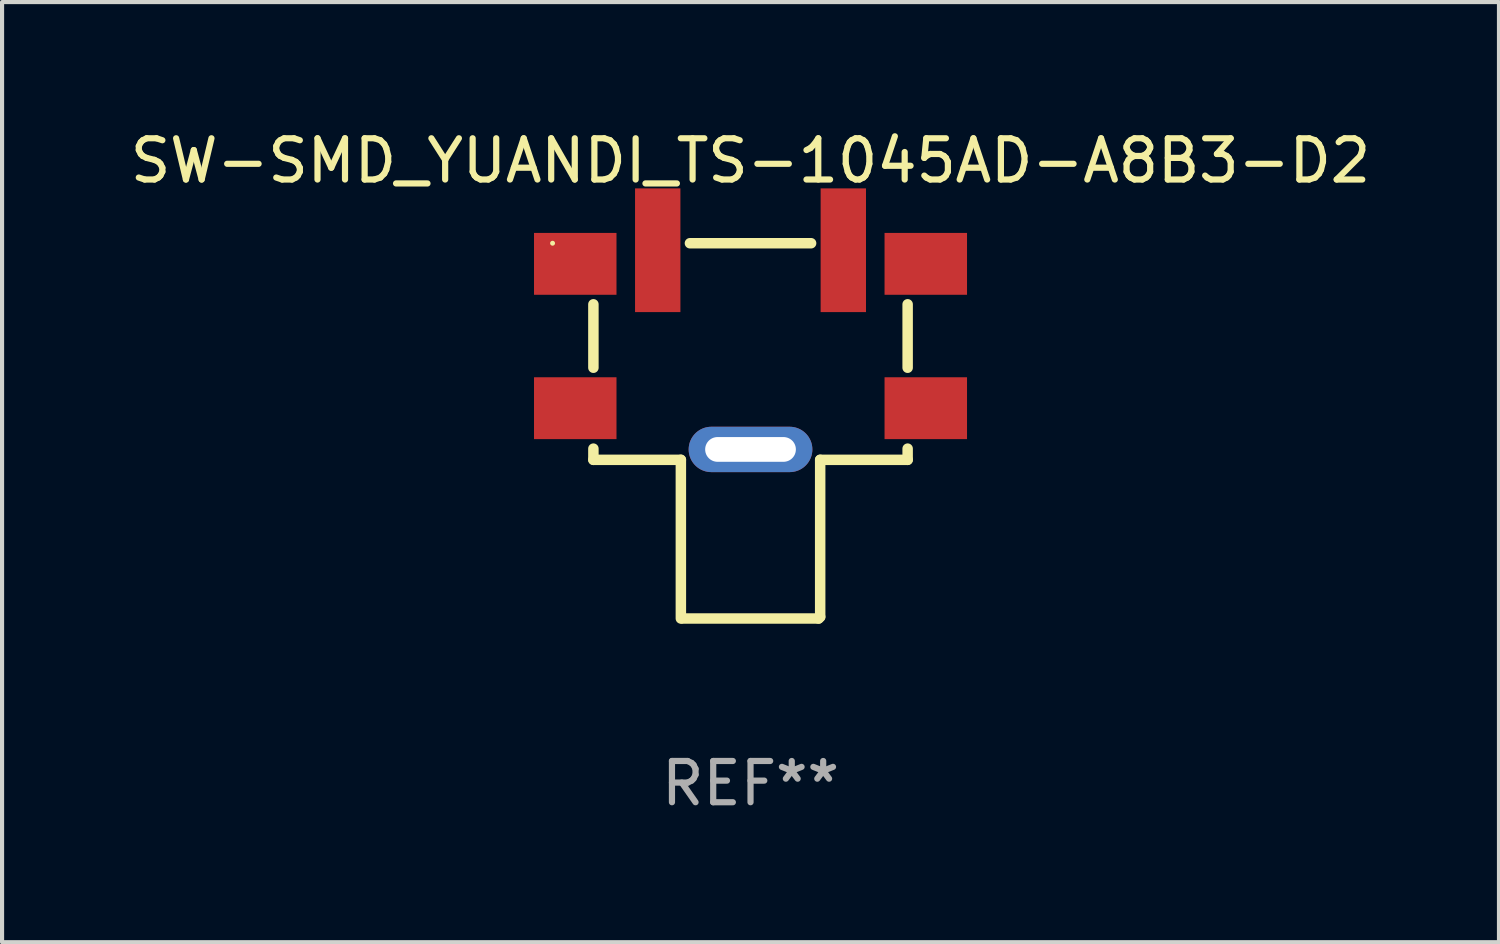
<source format=kicad_pcb>
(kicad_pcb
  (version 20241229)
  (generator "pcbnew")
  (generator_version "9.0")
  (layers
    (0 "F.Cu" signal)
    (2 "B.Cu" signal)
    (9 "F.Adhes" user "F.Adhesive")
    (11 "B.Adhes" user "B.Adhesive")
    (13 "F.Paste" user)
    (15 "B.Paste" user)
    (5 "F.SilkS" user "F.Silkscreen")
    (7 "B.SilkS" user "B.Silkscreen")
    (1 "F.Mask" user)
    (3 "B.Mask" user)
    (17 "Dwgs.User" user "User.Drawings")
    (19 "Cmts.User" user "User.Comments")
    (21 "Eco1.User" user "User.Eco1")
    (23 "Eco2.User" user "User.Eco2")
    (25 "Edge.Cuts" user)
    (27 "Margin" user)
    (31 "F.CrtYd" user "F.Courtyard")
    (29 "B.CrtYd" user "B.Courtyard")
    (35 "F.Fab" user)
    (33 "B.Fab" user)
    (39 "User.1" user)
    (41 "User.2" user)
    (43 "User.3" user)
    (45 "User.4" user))
  (footprint "SW-SMD_YUANDI_TS-1045AD-A8B3-D2"
    (layer "F.Cu")
    (at 15.149 5.433)
    (property "Reference" "SW-SMD_YUANDI_TS-1045AD-A8B3-D2" (at 0 -4.585 0) (layer "F.SilkS") (effects (font (size 1 1) (thickness 0.15))))
    (attr through_hole)
    (fp_line (start -3.81 0.434) (end -3.81 -1.104) (stroke (width 0.254) (type solid)) (layer "F.SilkS"))
    (fp_line (start -3.81 2.396) (end -3.81 2.667) (stroke (width 0.254) (type solid)) (layer "F.SilkS"))
    (fp_line (start -3.81 2.667) (end -1.689 2.667) (stroke (width 0.254) (type solid)) (layer "F.SilkS"))
    (fp_line (start -1.689 2.667) (end -1.689 6.515) (stroke (width 0.254) (type solid)) (layer "F.SilkS"))
    (fp_line (start -1.65 6.515) (end 1.65 6.515) (stroke (width 0.254) (type solid)) (layer "F.SilkS"))
    (fp_line (start 1.469 -2.585) (end -1.469 -2.585) (stroke (width 0.254) (type solid)) (layer "F.SilkS"))
    (fp_line (start 1.689 2.667) (end 1.689 6.476) (stroke (width 0.254) (type solid)) (layer "F.SilkS"))
    (fp_line (start 1.689 6.476) (end 1.65 6.515) (stroke (width 0.254) (type solid)) (layer "F.SilkS"))
    (fp_line (start 3.81 0.434) (end 3.81 -1.104) (stroke (width 0.254) (type solid)) (layer "F.SilkS"))
    (fp_line (start 3.81 2.396) (end 3.81 2.667) (stroke (width 0.254) (type solid)) (layer "F.SilkS"))
    (fp_line (start 3.81 2.667) (end 1.689 2.667) (stroke (width 0.254) (type solid)) (layer "F.SilkS"))
    (fp_circle (center -4.8 -2.585) (end -4.77 -2.585) (stroke (width 0.06) (type solid)) (fill no) (layer "F.SilkS"))
    (fp_text user "REF**" (at 0 10.515 0) (layer "F.Fab") (effects (font (size 1 1) (thickness 0.15))))
    (pad "1" smd rect (at -2.25 -2.415) (size 1.1 3) (layers "F.Cu" "F.Mask" "F.Paste"))
    (pad "2" smd rect (at 2.25 -2.415) (size 1.1 3) (layers "F.Cu" "F.Mask" "F.Paste"))
    (pad "3" smd rect (at -4.25 -2.085 180) (size 2 1.5) (layers "F.Cu" "F.Mask" "F.Paste"))
    (pad "3" smd rect (at -4.25 1.415 180) (size 2 1.5) (layers "F.Cu" "F.Mask" "F.Paste"))
    (pad "3" thru_hole oval (at -0.000127 2.415 90) (size 1.1 3) (drill oval 0.6 2.2) (layers "*.Cu" "*.Mask"))
    (pad "3" smd rect (at 4.25 -2.085 180) (size 2 1.5) (layers "F.Cu" "F.Mask" "F.Paste"))
    (pad "3" smd rect (at 4.25 1.415 180) (size 2 1.5) (layers "F.Cu" "F.Mask" "F.Paste")))
  (gr_rect
    (start -3 -3)
    (end 33.298 19.797)
    (stroke (width 0.1) (type default))
    (fill no)
    (layer "Edge.Cuts")))
</source>
